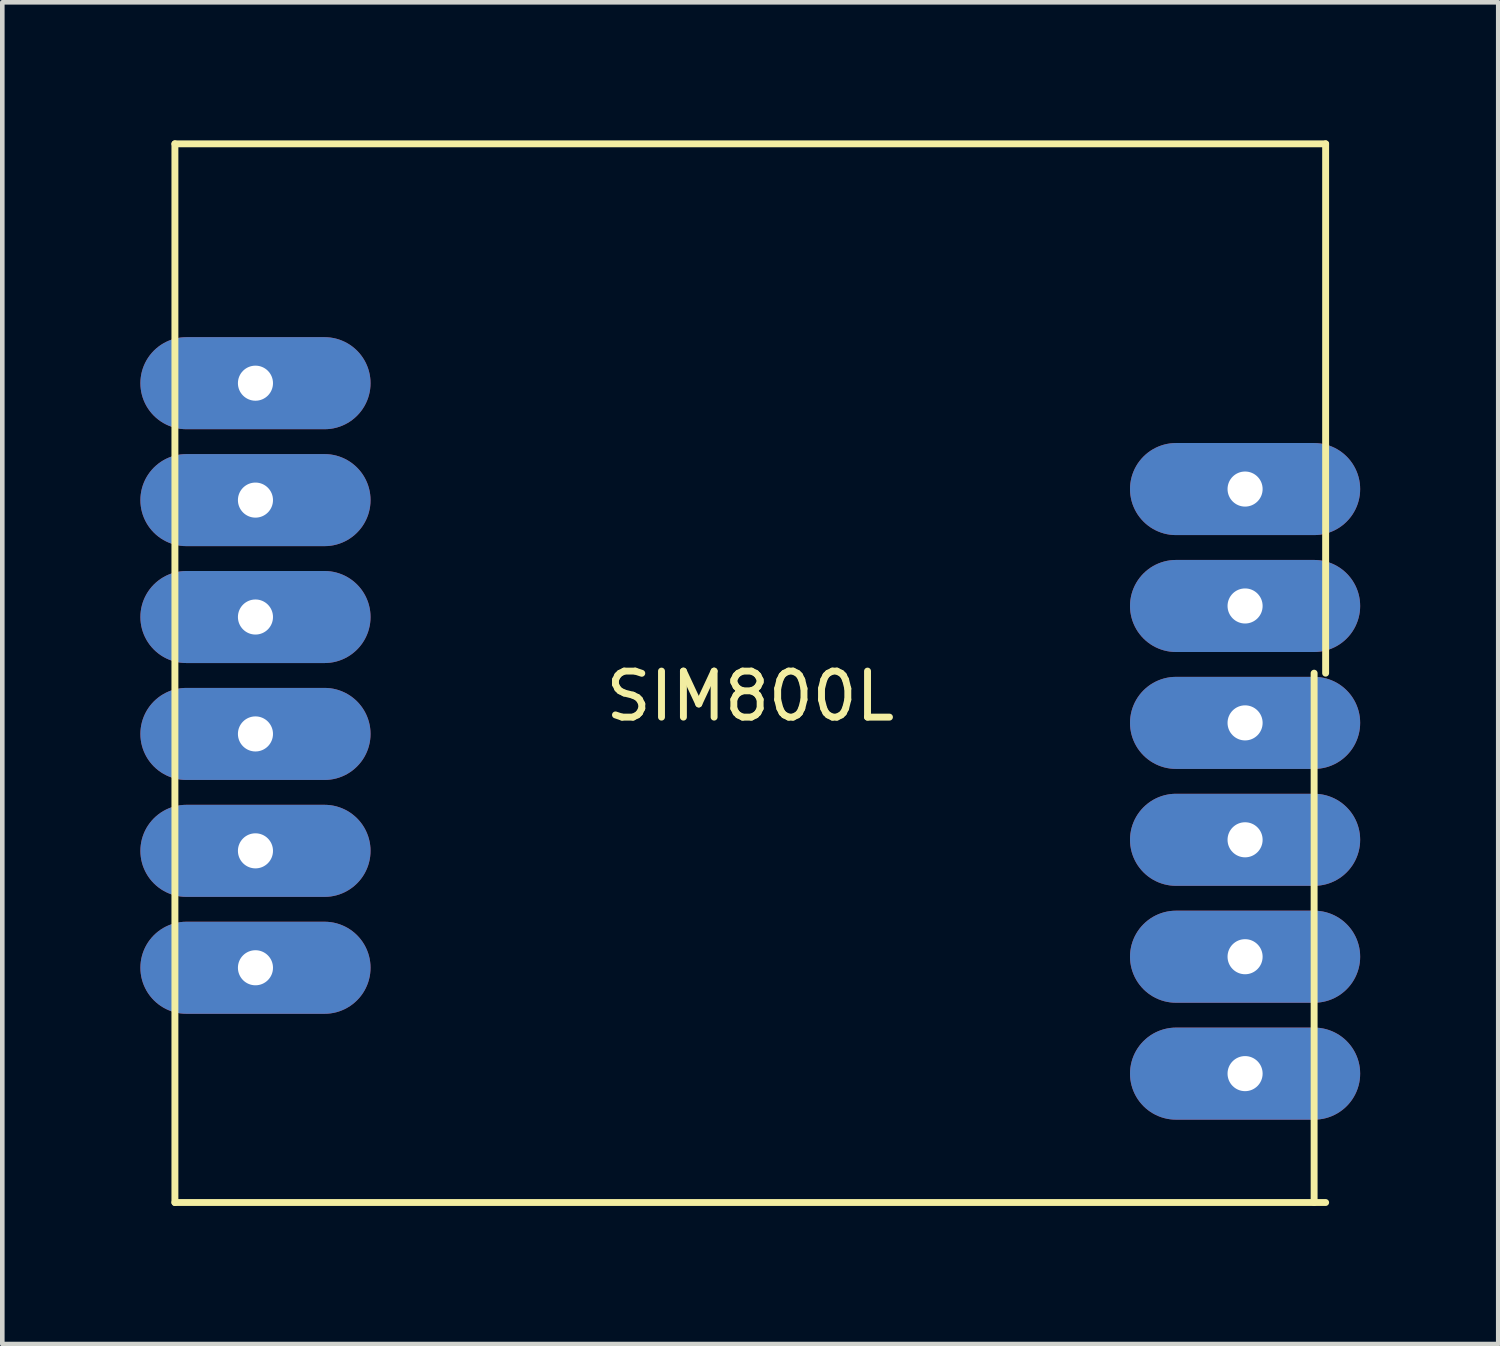
<source format=kicad_pcb>
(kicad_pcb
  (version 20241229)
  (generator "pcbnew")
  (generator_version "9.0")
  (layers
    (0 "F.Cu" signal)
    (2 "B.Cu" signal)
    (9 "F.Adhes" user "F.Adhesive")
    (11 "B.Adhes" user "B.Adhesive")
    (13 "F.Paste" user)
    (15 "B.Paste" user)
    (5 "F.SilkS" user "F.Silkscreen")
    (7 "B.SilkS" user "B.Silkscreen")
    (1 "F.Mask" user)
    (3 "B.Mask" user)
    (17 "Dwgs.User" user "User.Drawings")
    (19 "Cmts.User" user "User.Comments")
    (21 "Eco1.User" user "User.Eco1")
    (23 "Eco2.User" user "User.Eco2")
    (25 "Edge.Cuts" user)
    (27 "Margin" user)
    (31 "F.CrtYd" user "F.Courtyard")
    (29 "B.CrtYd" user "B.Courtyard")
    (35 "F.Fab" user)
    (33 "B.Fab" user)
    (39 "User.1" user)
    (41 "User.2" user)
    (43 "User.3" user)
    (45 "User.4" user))
  (footprint "SIM800L"
    (layer "F.Cu")
    (at 13.25 11.575)
    (property "Reference" "SIM800L" (at 0 0.5 0) (layer "F.SilkS") (effects (font (size 1 1) (thickness 0.15))))
    (attr through_hole)
    (fp_line (start -12.5 -11.5) (end -12.5 11.5) (stroke (width 0.15) (type solid)) (layer "F.SilkS"))
    (fp_line (start -12.5 11.5) (end 12.5 11.5) (stroke (width 0.15) (type solid)) (layer "F.SilkS"))
    (fp_line (start 12.25 11.5) (end 12.25 0) (stroke (width 0.15) (type solid)) (layer "F.SilkS"))
    (fp_line (start 12.5 -11.5) (end -12.5 -11.5) (stroke (width 0.15) (type solid)) (layer "F.SilkS"))
    (fp_line (start 12.5 0) (end 12.5 -11.5) (stroke (width 0.15) (type solid)) (layer "F.SilkS"))
    (pad "1" thru_hole oval (at -10.75 -6.3) (size 5 2) (drill 0.762) (layers "*.Cu" "*.Mask"))
    (pad "2" thru_hole oval (at -10.75 -3.76) (size 5 2) (drill 0.762) (layers "*.Cu" "*.Mask"))
    (pad "3" thru_hole oval (at -10.75 -1.22) (size 5 2) (drill 0.762) (layers "*.Cu" "*.Mask"))
    (pad "4" thru_hole oval (at -10.75 1.32) (size 5 2) (drill 0.762) (layers "*.Cu" "*.Mask"))
    (pad "5" thru_hole oval (at -10.75 3.86) (size 5 2) (drill 0.762) (layers "*.Cu" "*.Mask"))
    (pad "6" thru_hole oval (at -10.75 6.4) (size 5 2) (drill 0.762) (layers "*.Cu" "*.Mask"))
    (pad "7" thru_hole oval (at 10.75 -4) (size 5 2) (drill 0.762) (layers "*.Cu" "*.Mask"))
    (pad "8" thru_hole oval (at 10.75 -1.46) (size 5 2) (drill 0.762) (layers "*.Cu" "*.Mask"))
    (pad "9" thru_hole oval (at 10.75 1.08) (size 5 2) (drill 0.762) (layers "*.Cu" "*.Mask"))
    (pad "10" thru_hole oval (at 10.75 3.62) (size 5 2) (drill 0.762) (layers "*.Cu" "*.Mask"))
    (pad "11" thru_hole oval (at 10.75 6.16) (size 5 2) (drill 0.762) (layers "*.Cu" "*.Mask"))
    (pad "12" thru_hole oval (at 10.75 8.7) (size 5 2) (drill 0.762) (layers "*.Cu" "*.Mask")))
  (gr_rect
    (start -3 -3)
    (end 29.5 26.15)
    (stroke (width 0.1) (type default))
    (fill no)
    (layer "Edge.Cuts")))
</source>
